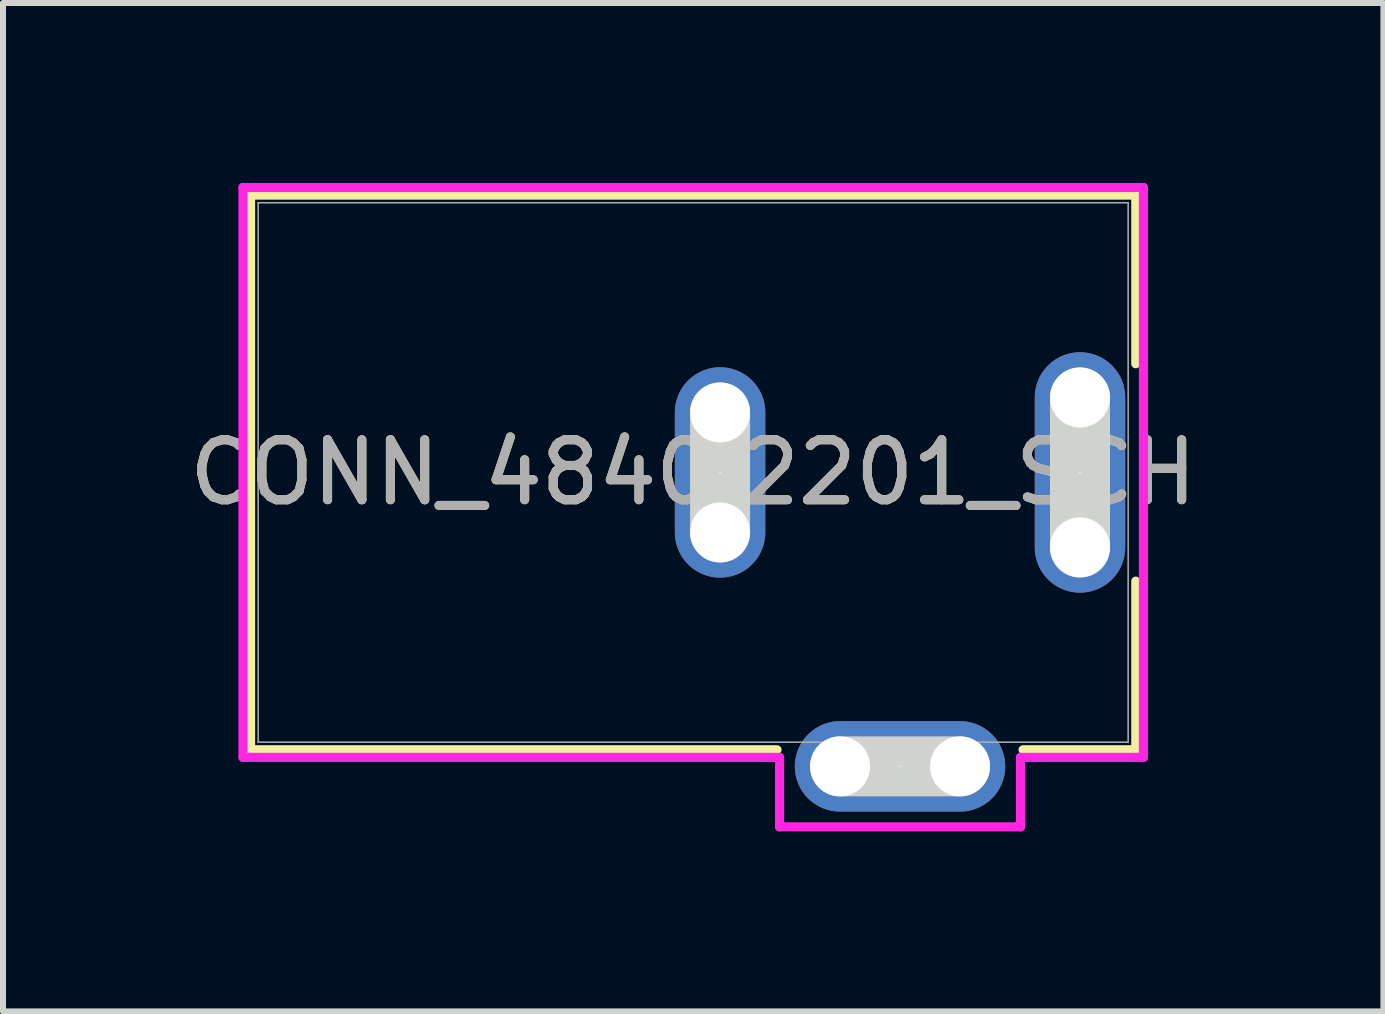
<source format=kicad_pcb>
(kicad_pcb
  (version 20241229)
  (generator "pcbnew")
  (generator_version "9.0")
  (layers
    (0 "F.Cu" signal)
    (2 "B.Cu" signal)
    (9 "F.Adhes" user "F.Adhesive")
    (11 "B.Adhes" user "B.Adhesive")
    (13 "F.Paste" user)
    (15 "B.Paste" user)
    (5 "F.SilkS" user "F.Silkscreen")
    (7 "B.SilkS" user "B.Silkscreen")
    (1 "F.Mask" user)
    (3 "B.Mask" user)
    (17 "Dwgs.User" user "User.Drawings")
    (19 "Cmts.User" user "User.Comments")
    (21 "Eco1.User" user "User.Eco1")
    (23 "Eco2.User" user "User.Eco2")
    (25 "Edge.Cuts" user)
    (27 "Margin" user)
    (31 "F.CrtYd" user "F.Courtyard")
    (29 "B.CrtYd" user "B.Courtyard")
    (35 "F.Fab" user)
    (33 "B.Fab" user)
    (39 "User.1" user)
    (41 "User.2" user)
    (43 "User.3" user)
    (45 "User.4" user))
  (footprint "CONN_4840.2201_SCH"
    (layer "F.Cu")
    (at 8.954 4.826)
    (property "Reference" "CONN_4840.2201_SCH" (at -0.448 0 0) (unlocked yes) (layer "F.SilkS") (effects (font (size 1 1) (thickness 0.15))))
    (attr through_hole)
    (fp_line (start -7.827 -4.623) (end 6.93 -4.623) (stroke (width 0.152) (type solid)) (layer "F.SilkS"))
    (fp_line (start -7.827 4.623) (end -7.827 -4.623) (stroke (width 0.152) (type solid)) (layer "F.SilkS"))
    (fp_line (start 0.949 4.623) (end -7.827 4.623) (stroke (width 0.152) (type solid)) (layer "F.SilkS"))
    (fp_line (start 6.93 -4.623) (end 6.93 -1.812) (stroke (width 0.152) (type solid)) (layer "F.SilkS"))
    (fp_line (start 6.93 1.812) (end 6.93 4.623) (stroke (width 0.152) (type solid)) (layer "F.SilkS"))
    (fp_line (start 6.93 4.623) (end 5.051 4.623) (stroke (width 0.152) (type solid)) (layer "F.SilkS"))
    (fp_line (start 0 1) (end 0 -1) (stroke (width 1) (type solid)) (layer "Edge.Cuts"))
    (fp_line (start 4 4.9) (end 2 4.9) (stroke (width 1) (type solid)) (layer "Edge.Cuts"))
    (fp_line (start 6 1.25) (end 6 -1.25) (stroke (width 1) (type solid)) (layer "Edge.Cuts"))
    (fp_line (start -7.954 -4.75) (end -7.954 4.75) (stroke (width 0.152) (type solid)) (layer "F.CrtYd"))
    (fp_line (start -7.954 4.75) (end 0.992 4.75) (stroke (width 0.152) (type solid)) (layer "F.CrtYd"))
    (fp_line (start 0.992 4.75) (end 0.992 5.908) (stroke (width 0.152) (type solid)) (layer "F.CrtYd"))
    (fp_line (start 0.992 5.908) (end 5.008 5.908) (stroke (width 0.152) (type solid)) (layer "F.CrtYd"))
    (fp_line (start 5.008 4.75) (end 7.057 4.75) (stroke (width 0.152) (type solid)) (layer "F.CrtYd"))
    (fp_line (start 5.008 5.908) (end 5.008 4.75) (stroke (width 0.152) (type solid)) (layer "F.CrtYd"))
    (fp_line (start 7.057 -4.75) (end -7.954 -4.75) (stroke (width 0.152) (type solid)) (layer "F.CrtYd"))
    (fp_line (start 7.057 4.75) (end 7.057 -4.75) (stroke (width 0.152) (type solid)) (layer "F.CrtYd"))
    (fp_line (start -7.7 -4.496) (end -7.7 4.496) (stroke (width 0.025) (type solid)) (layer "F.Fab"))
    (fp_line (start -7.7 4.496) (end 6.803 4.496) (stroke (width 0.025) (type solid)) (layer "F.Fab"))
    (fp_line (start 6.803 -4.496) (end -7.7 -4.496) (stroke (width 0.025) (type solid)) (layer "F.Fab"))
    (fp_line (start 6.803 4.496) (end 6.803 -4.496) (stroke (width 0.025) (type solid)) (layer "F.Fab"))
    (fp_circle (center -6.938 0) (end -6.938 0) (stroke (width 0.025) (type solid)) (fill no) (layer "F.Fab"))
    (fp_text user "${REFERENCE}" (at -0.448 0 0) (unlocked yes) (layer "F.Fab") (effects (font (size 1 1) (thickness 0.15))))
    (pad "" np_thru_hole circle (at 0 -1) (size 1 1) (drill 1) (layers "*.Cu" "*.Mask"))
    (pad "" np_thru_hole circle (at 0 1) (size 1 1) (drill 1) (layers "*.Cu" "*.Mask"))
    (pad "" np_thru_hole circle (at 2 4.9) (size 1 1) (drill 1) (layers "*.Cu" "*.Mask"))
    (pad "" np_thru_hole circle (at 4 4.9) (size 1 1) (drill 1) (layers "*.Cu" "*.Mask"))
    (pad "" np_thru_hole circle (at 6 -1.25) (size 1 1) (drill 1) (layers "*.Cu" "*.Mask"))
    (pad "" np_thru_hole circle (at 6 1.25) (size 1 1) (drill 1) (layers "*.Cu" "*.Mask"))
    (pad "1" thru_hole oval (at 6 0 90) (size 4.008 1.508) (drill 0.025) (layers "*.Cu" "*.Mask"))
    (pad "2" thru_hole oval (at 0 0 90) (size 3.508 1.508) (drill 0.025) (layers "*.Cu" "*.Mask"))
    (pad "3" thru_hole oval (at 3 4.9) (size 3.508 1.508) (drill 0.025) (layers "*.Cu" "*.Mask")))
  (gr_rect
    (start -3 -3)
    (end 20.012 13.81)
    (stroke (width 0.1) (type default))
    (fill no)
    (layer "Edge.Cuts")))
</source>
